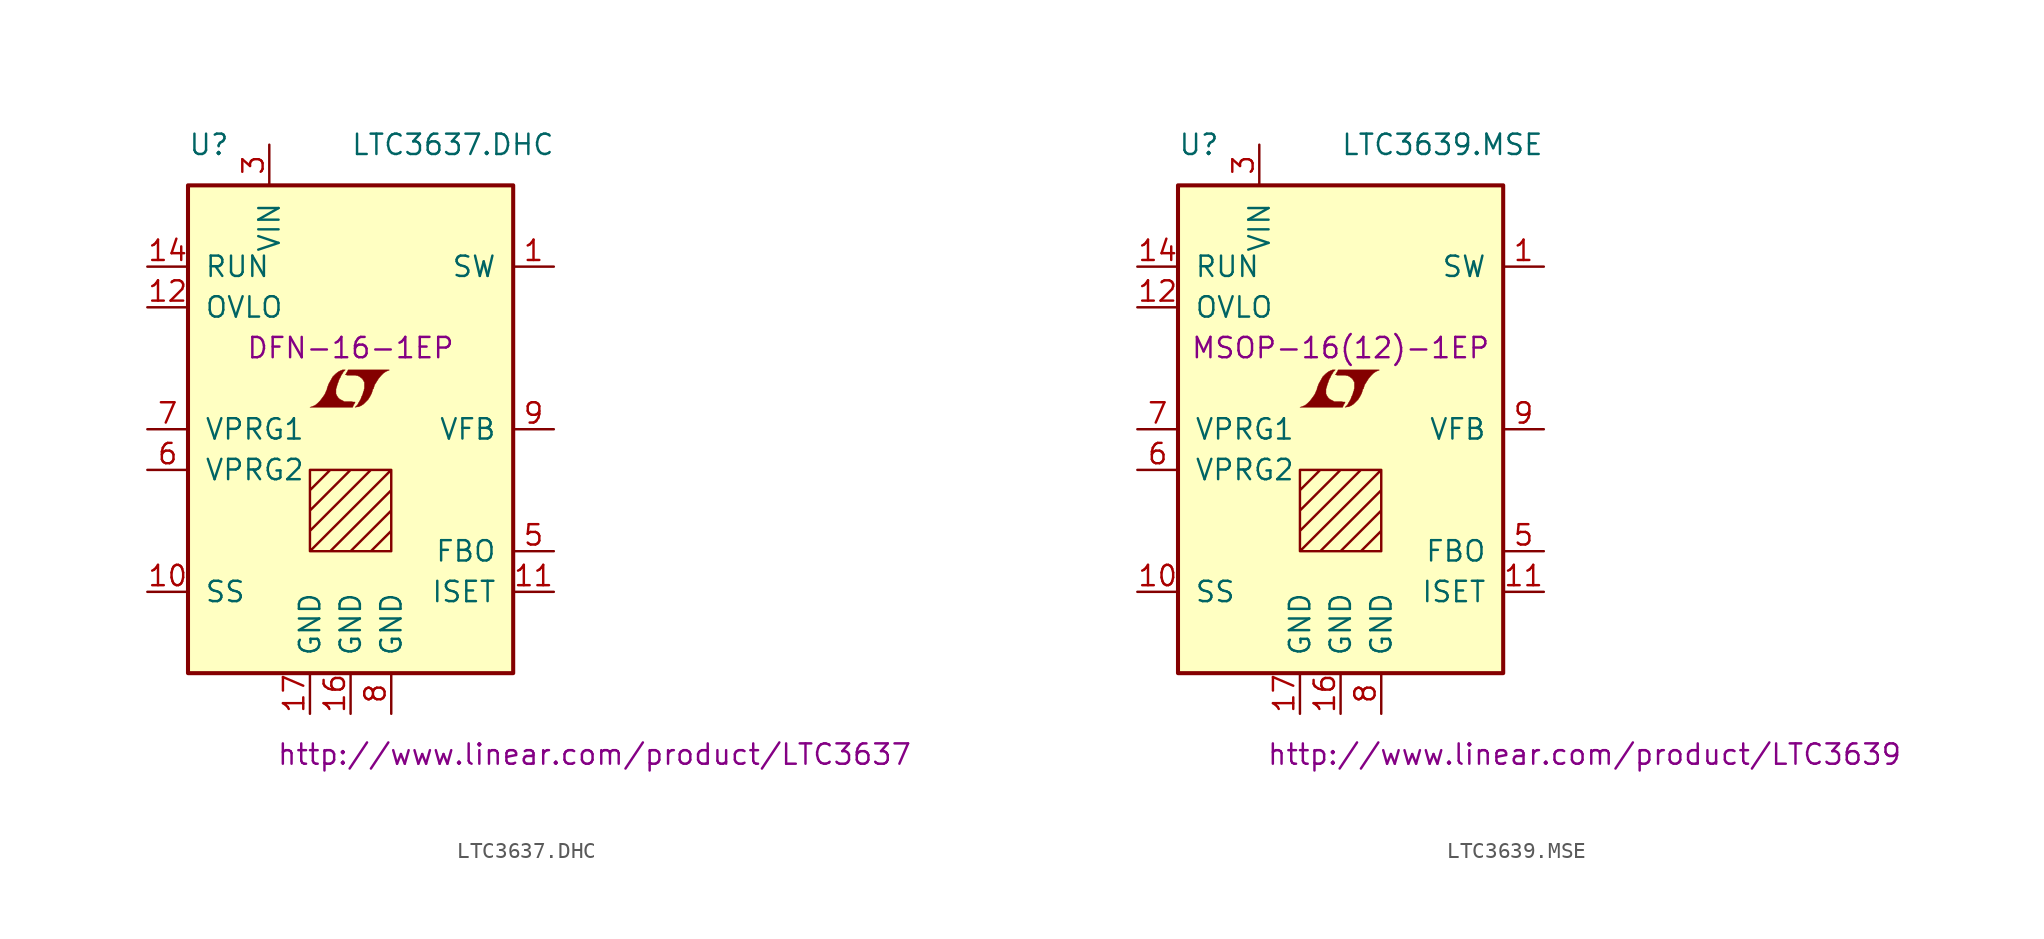
<source format=kicad_sym>
(kicad_symbol_lib
  (version 20201005)
  (generator kicad_symbol_editor)
  (symbol "LTC3637.DHC"
    (pin_names
      (offset 1.016))
    (property "Reference" "U"
      (at -10.16 17.78 0)
      (effects (font (size 1.27 1.27)) (justify left)))
    (property "Value" "LTC3637.DHC"
      (at 0 17.78 0)
      (effects (font (size 1.27 1.27)) (justify left)))
    (property "Footprint" "DFN-16-1EP"
      (at 0 5.08 0)
      (effects (font (size 1.27 1.27))))
    (property "Datasheet" "http://www.linear.com/product/LTC3637"
      (at 15.24 -20.32 0)
      (effects (font (size 1.27 1.27))))
    (symbol "LTC3637.DHC_0_0"
      (polyline (pts (xy 0.203 1.549) (xy 0.229 1.575) (xy 0.279 1.676) (xy 0.279 1.702) (xy 0.152 1.702) (xy 0.051 1.727) (xy -0.406 1.727) (xy -0.432 1.753) (xy -0.686 1.88) (xy -0.787 1.981) (xy -0.864 2.108) (xy -0.914 2.21) (xy -0.914 2.515) (xy -0.864 2.667) (xy -0.838 2.769) (xy -0.813 2.845) (xy -0.762 2.972) (xy -0.711 3.124) (xy -0.635 3.251) (xy -0.584 3.378) (xy -0.508 3.48) (xy -0.457 3.581) (xy -0.33 3.708) (xy -0.508 3.708) (xy -0.635 3.658) (xy -0.737 3.607) (xy -0.813 3.556) (xy -0.94 3.454) (xy -1.118 3.277) (xy -1.372 2.819) (xy -1.473 2.54) (xy -1.473 2.489) (xy -1.524 2.388) (xy -1.575 2.261) (xy -1.626 2.159) (xy -1.753 1.981) (xy -1.905 1.778) (xy -2.057 1.626) (xy -2.21 1.499) (xy -2.388 1.422) (xy -2.54 1.372) (xy 0.127 1.372) (xy 0.203 1.549)) (stroke (width 0.025)) (fill (type outline)))
      (polyline (pts (xy 0.406 1.397) (xy 0.483 1.397) (xy 0.66 1.473) (xy 0.813 1.575) (xy 1.092 1.854) (xy 1.219 2.057) (xy 1.321 2.261) (xy 1.397 2.515) (xy 1.422 2.515) (xy 1.499 2.769) (xy 1.753 3.175) (xy 1.905 3.353) (xy 2.057 3.505) (xy 2.21 3.607) (xy 2.388 3.683) (xy 2.413 3.683) (xy 2.413 3.708) (xy -0.152 3.708) (xy -0.229 3.556) (xy -0.254 3.531) (xy -0.305 3.429) (xy -0.33 3.404) (xy -0.279 3.404) (xy -0.229 3.378) (xy 0.305 3.378) (xy 0.356 3.353) (xy 0.406 3.353) (xy 0.483 3.327) (xy 0.61 3.251) (xy 0.737 3.15) (xy 0.813 3.023) (xy 0.838 2.972) (xy 0.864 2.946) (xy 0.864 2.54) (xy 0.838 2.489) (xy 0.838 2.413) (xy 0.787 2.311) (xy 0.762 2.184) (xy 0.686 2.032) (xy 0.635 1.88) (xy 0.483 1.626) (xy 0.432 1.524) (xy 0.279 1.372) (xy 0.406 1.397)) (stroke (width 0.025)) (fill (type outline))))
    (symbol "LTC3637.DHC_0_1"
      (rectangle (start -10.16 15.24) (end 10.16 -15.24) (stroke (width 0.254)) (fill (type background)))
      (polyline (pts (xy -2.54 -3.81) (xy -1.27 -2.54) (xy 0 -2.54) (xy -2.54 -5.08) (xy -2.54 -6.35) (xy 1.27 -2.54) (xy 2.54 -2.54) (xy -2.54 -7.62) (xy -1.27 -7.62) (xy 2.54 -3.81) (xy 2.54 -5.08) (xy 0 -7.62) (xy 1.27 -7.62) (xy 2.54 -6.35) (xy 2.54 -7.62) (xy -2.54 -7.62) (xy -2.54 -2.54) (xy 2.54 -2.54) (xy 2.54 -7.62)) (stroke (width 0)) (fill (type none))))
    (symbol "LTC3637.DHC_1_1"
      (pin passive line (at 12.7 10.16 180) (length 2.54) (name "SW" (effects (font (size 1.27 1.27)))) (number "1" (effects (font (size 1.27 1.27)))))
      (pin passive line (at -12.7 -10.16 0) (length 2.54) (name "SS" (effects (font (size 1.27 1.27)))) (number "10" (effects (font (size 1.27 1.27)))))
      (pin passive line (at 12.7 -10.16 180) (length 2.54) (name "ISET" (effects (font (size 1.27 1.27)))) (number "11" (effects (font (size 1.27 1.27)))))
      (pin input line (at -12.7 7.62 0) (length 2.54) (name "OVLO" (effects (font (size 1.27 1.27)))) (number "12" (effects (font (size 1.27 1.27)))))
      (pin unconnected line (at 5.08 17.78 270) (length 2.54) hide (name "NC" (effects (font (size 1.27 1.27)))) (number "13" (effects (font (size 1.27 1.27)))))
      (pin input line (at -12.7 10.16 0) (length 2.54) (name "RUN" (effects (font (size 1.27 1.27)))) (number "14" (effects (font (size 1.27 1.27)))))
      (pin unconnected line (at 7.62 17.78 270) (length 2.54) hide (name "NC" (effects (font (size 1.27 1.27)))) (number "15" (effects (font (size 1.27 1.27)))))
      (pin power_in line (at 0 -17.78 90) (length 2.54) (name "GND" (effects (font (size 1.27 1.27)))) (number "16" (effects (font (size 1.27 1.27)))))
      (pin power_in line (at -2.54 -17.78 90) (length 2.54) (name "GND" (effects (font (size 1.27 1.27)))) (number "17" (effects (font (size 1.27 1.27)))))
      (pin unconnected line (at 0 17.78 270) (length 2.54) hide (name "NC" (effects (font (size 1.27 1.27)))) (number "2" (effects (font (size 1.27 1.27)))))
      (pin power_in line (at -5.08 17.78 270) (length 2.54) (name "VIN" (effects (font (size 1.27 1.27)))) (number "3" (effects (font (size 1.27 1.27)))))
      (pin unconnected line (at 2.54 17.78 270) (length 2.54) hide (name "NC" (effects (font (size 1.27 1.27)))) (number "4" (effects (font (size 1.27 1.27)))))
      (pin passive line (at 12.7 -7.62 180) (length 2.54) (name "FBO" (effects (font (size 1.27 1.27)))) (number "5" (effects (font (size 1.27 1.27)))))
      (pin input line (at -12.7 -2.54 0) (length 2.54) (name "VPRG2" (effects (font (size 1.27 1.27)))) (number "6" (effects (font (size 1.27 1.27)))))
      (pin input line (at -12.7 0 0) (length 2.54) (name "VPRG1" (effects (font (size 1.27 1.27)))) (number "7" (effects (font (size 1.27 1.27)))))
      (pin power_in line (at 2.54 -17.78 90) (length 2.54) (name "GND" (effects (font (size 1.27 1.27)))) (number "8" (effects (font (size 1.27 1.27)))))
      (pin passive line (at 12.7 0 180) (length 2.54) (name "VFB" (effects (font (size 1.27 1.27)))) (number "9" (effects (font (size 1.27 1.27)))))))
  (symbol "LTC3639.MSE"
    (pin_names
      (offset 1.016))
    (property "Reference" "U"
      (at -10.16 17.78 0)
      (effects (font (size 1.27 1.27)) (justify left)))
    (property "Value" "LTC3639.MSE"
      (at 0 17.78 0)
      (effects (font (size 1.27 1.27)) (justify left)))
    (property "Footprint" "MSOP-16(12)-1EP"
      (at 0 5.08 0)
      (effects (font (size 1.27 1.27))))
    (property "Datasheet" "http://www.linear.com/product/LTC3639"
      (at 15.24 -20.32 0)
      (effects (font (size 1.27 1.27))))
    (symbol "LTC3639.MSE_0_0"
      (polyline (pts (xy 0.203 1.549) (xy 0.229 1.575) (xy 0.279 1.676) (xy 0.279 1.702) (xy 0.152 1.702) (xy 0.051 1.727) (xy -0.406 1.727) (xy -0.432 1.753) (xy -0.686 1.88) (xy -0.787 1.981) (xy -0.864 2.108) (xy -0.914 2.21) (xy -0.914 2.515) (xy -0.864 2.667) (xy -0.838 2.769) (xy -0.813 2.845) (xy -0.762 2.972) (xy -0.711 3.124) (xy -0.635 3.251) (xy -0.584 3.378) (xy -0.508 3.48) (xy -0.457 3.581) (xy -0.33 3.708) (xy -0.508 3.708) (xy -0.635 3.658) (xy -0.737 3.607) (xy -0.813 3.556) (xy -0.94 3.454) (xy -1.118 3.277) (xy -1.372 2.819) (xy -1.473 2.54) (xy -1.473 2.489) (xy -1.524 2.388) (xy -1.575 2.261) (xy -1.626 2.159) (xy -1.753 1.981) (xy -1.905 1.778) (xy -2.057 1.626) (xy -2.21 1.499) (xy -2.388 1.422) (xy -2.54 1.372) (xy 0.127 1.372) (xy 0.203 1.549)) (stroke (width 0.025)) (fill (type outline)))
      (polyline (pts (xy 0.406 1.397) (xy 0.483 1.397) (xy 0.66 1.473) (xy 0.813 1.575) (xy 1.092 1.854) (xy 1.219 2.057) (xy 1.321 2.261) (xy 1.397 2.515) (xy 1.422 2.515) (xy 1.499 2.769) (xy 1.753 3.175) (xy 1.905 3.353) (xy 2.057 3.505) (xy 2.21 3.607) (xy 2.388 3.683) (xy 2.413 3.683) (xy 2.413 3.708) (xy -0.152 3.708) (xy -0.229 3.556) (xy -0.254 3.531) (xy -0.305 3.429) (xy -0.33 3.404) (xy -0.279 3.404) (xy -0.229 3.378) (xy 0.305 3.378) (xy 0.356 3.353) (xy 0.406 3.353) (xy 0.483 3.327) (xy 0.61 3.251) (xy 0.737 3.15) (xy 0.813 3.023) (xy 0.838 2.972) (xy 0.864 2.946) (xy 0.864 2.54) (xy 0.838 2.489) (xy 0.838 2.413) (xy 0.787 2.311) (xy 0.762 2.184) (xy 0.686 2.032) (xy 0.635 1.88) (xy 0.483 1.626) (xy 0.432 1.524) (xy 0.279 1.372) (xy 0.406 1.397)) (stroke (width 0.025)) (fill (type outline))))
    (symbol "LTC3639.MSE_0_1"
      (rectangle (start -10.16 15.24) (end 10.16 -15.24) (stroke (width 0.254)) (fill (type background)))
      (polyline (pts (xy -2.54 -3.81) (xy -1.27 -2.54) (xy 0 -2.54) (xy -2.54 -5.08) (xy -2.54 -6.35) (xy 1.27 -2.54) (xy 2.54 -2.54) (xy -2.54 -7.62) (xy -1.27 -7.62) (xy 2.54 -3.81) (xy 2.54 -5.08) (xy 0 -7.62) (xy 1.27 -7.62) (xy 2.54 -6.35) (xy 2.54 -7.62) (xy -2.54 -7.62) (xy -2.54 -2.54) (xy 2.54 -2.54) (xy 2.54 -7.62)) (stroke (width 0)) (fill (type none))))
    (symbol "LTC3639.MSE_1_1"
      (pin passive line (at 12.7 10.16 180) (length 2.54) (name "SW" (effects (font (size 1.27 1.27)))) (number "1" (effects (font (size 1.27 1.27)))))
      (pin passive line (at -12.7 -10.16 0) (length 2.54) (name "SS" (effects (font (size 1.27 1.27)))) (number "10" (effects (font (size 1.27 1.27)))))
      (pin passive line (at 12.7 -10.16 180) (length 2.54) (name "ISET" (effects (font (size 1.27 1.27)))) (number "11" (effects (font (size 1.27 1.27)))))
      (pin input line (at -12.7 7.62 0) (length 2.54) (name "OVLO" (effects (font (size 1.27 1.27)))) (number "12" (effects (font (size 1.27 1.27)))))
      (pin input line (at -12.7 10.16 0) (length 2.54) (name "RUN" (effects (font (size 1.27 1.27)))) (number "14" (effects (font (size 1.27 1.27)))))
      (pin power_in line (at 0 -17.78 90) (length 2.54) (name "GND" (effects (font (size 1.27 1.27)))) (number "16" (effects (font (size 1.27 1.27)))))
      (pin power_in line (at -2.54 -17.78 90) (length 2.54) (name "GND" (effects (font (size 1.27 1.27)))) (number "17" (effects (font (size 1.27 1.27)))))
      (pin power_in line (at -5.08 17.78 270) (length 2.54) (name "VIN" (effects (font (size 1.27 1.27)))) (number "3" (effects (font (size 1.27 1.27)))))
      (pin passive line (at 12.7 -7.62 180) (length 2.54) (name "FBO" (effects (font (size 1.27 1.27)))) (number "5" (effects (font (size 1.27 1.27)))))
      (pin input line (at -12.7 -2.54 0) (length 2.54) (name "VPRG2" (effects (font (size 1.27 1.27)))) (number "6" (effects (font (size 1.27 1.27)))))
      (pin input line (at -12.7 0 0) (length 2.54) (name "VPRG1" (effects (font (size 1.27 1.27)))) (number "7" (effects (font (size 1.27 1.27)))))
      (pin power_in line (at 2.54 -17.78 90) (length 2.54) (name "GND" (effects (font (size 1.27 1.27)))) (number "8" (effects (font (size 1.27 1.27)))))
      (pin passive line (at 12.7 0 180) (length 2.54) (name "VFB" (effects (font (size 1.27 1.27)))) (number "9" (effects (font (size 1.27 1.27))))))))
</source>
